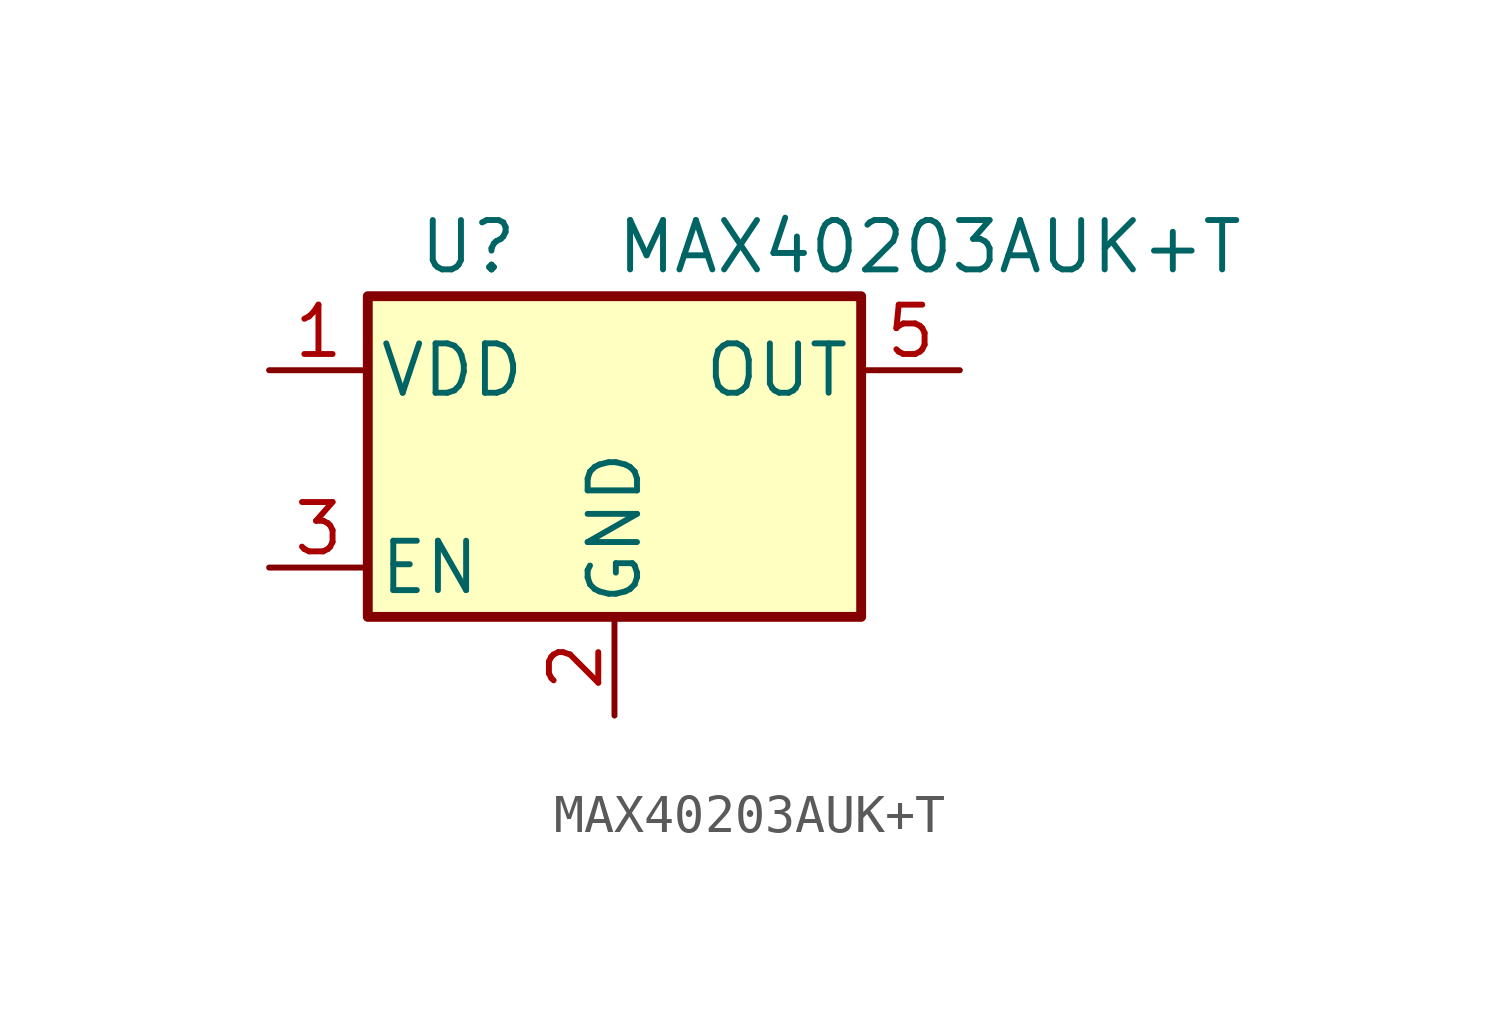
<source format=kicad_sym>
(kicad_symbol_lib
  (version 20241209)
  (generator "kicad_symbol_editor")
  (generator_version "9.0")
  (symbol "MAX40203AUK+T"
    (pin_names
      (offset 0.254))
    (property "Reference" "U"
      (at -5.08 5.715 0)
      (effects (font (size 1.27 1.27)) (justify left)))
    (property "Value" "MAX40203AUK+T"
      (at 0 5.715 0)
      (effects (font (size 1.27 1.27)) (justify left)))
    (symbol "MAX40203AUK+T_0_1"
      (rectangle (start -6.35 4.445) (end 6.35 -3.81) (stroke (width 0.254) (type default)) (fill (type background))))
    (symbol "MAX40203AUK+T_1_0"
      (pin input line (at -8.89 -2.54 0) (length 2.54) (name "EN" (effects (font (size 1.27 1.27)))) (number "3" (effects (font (size 1.27 1.27))))))
    (symbol "MAX40203AUK+T_1_1"
      (pin power_in line (at -8.89 2.54 0) (length 2.54) (name "VDD" (effects (font (size 1.27 1.27)))) (number "1" (effects (font (size 1.27 1.27)))))
      (pin power_in line (at 0 -6.35 90) (length 2.54) (name "GND" (effects (font (size 1.27 1.27)))) (number "2" (effects (font (size 1.27 1.27)))))
      (pin power_out line (at 8.89 2.54 180) (length 2.54) (name "OUT" (effects (font (size 1.27 1.27)))) (number "5" (effects (font (size 1.27 1.27)))))
      (pin no_connect line (at 8.89 -3.81 180) (length 2.54) (hide yes) (name "NC" (effects (font (size 1.27 1.27)))) (number "4" (effects (font (size 1.27 1.27))))))))
</source>
